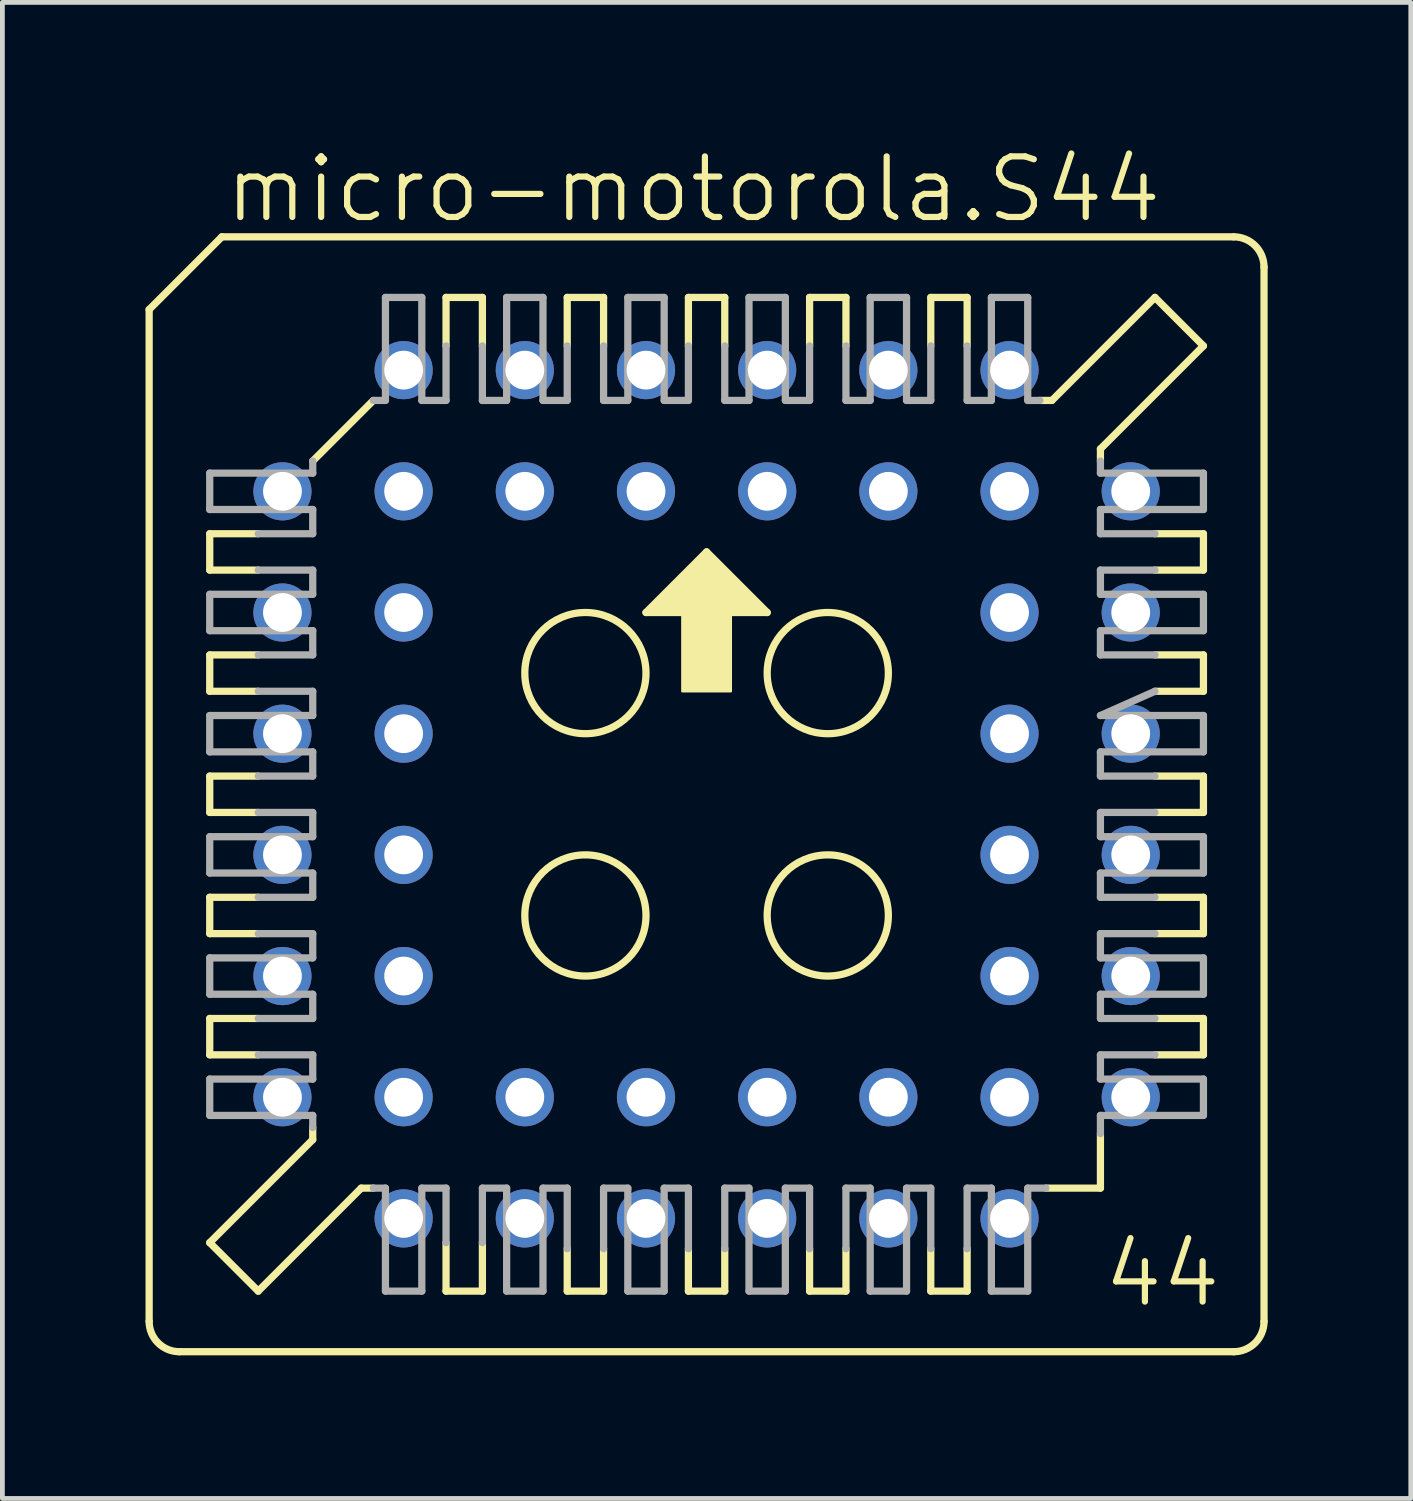
<source format=kicad_pcb>
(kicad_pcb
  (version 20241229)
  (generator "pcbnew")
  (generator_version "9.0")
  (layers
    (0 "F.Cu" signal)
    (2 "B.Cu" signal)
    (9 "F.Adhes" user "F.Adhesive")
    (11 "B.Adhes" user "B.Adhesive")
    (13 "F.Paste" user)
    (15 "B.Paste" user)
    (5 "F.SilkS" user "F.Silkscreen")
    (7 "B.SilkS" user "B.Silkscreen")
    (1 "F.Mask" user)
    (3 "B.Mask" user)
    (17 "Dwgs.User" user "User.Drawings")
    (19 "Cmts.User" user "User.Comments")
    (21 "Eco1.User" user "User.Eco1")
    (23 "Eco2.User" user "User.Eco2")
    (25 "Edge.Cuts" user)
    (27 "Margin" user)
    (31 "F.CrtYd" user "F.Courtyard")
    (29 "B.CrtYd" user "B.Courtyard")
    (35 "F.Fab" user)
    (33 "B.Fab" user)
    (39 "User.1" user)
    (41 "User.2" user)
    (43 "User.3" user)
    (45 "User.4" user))
  (footprint "micro-motorola.S44"
    (layer "F.Cu")
    (at 11.76 13.598)
    (property "Reference" "micro-motorola.S44" (at -10.16 -11.938 0) (layer "F.SilkS") (effects (font (size 1.27 1.27) (thickness 0.13)) (justify left bottom)))
    (attr through_hole)
    (fp_line (start -11.684 -10.16) (end -11.684 11.049) (stroke (width 0.152) (type default)) (layer "F.SilkS"))
    (fp_line (start -10.414 -5.461) (end -10.414 -4.699) (stroke (width 0.152) (type default)) (layer "F.SilkS"))
    (fp_line (start -10.414 -5.461) (end -9.398 -5.461) (stroke (width 0.152) (type default)) (layer "F.SilkS"))
    (fp_line (start -10.414 -2.921) (end -10.414 -2.159) (stroke (width 0.152) (type default)) (layer "F.SilkS"))
    (fp_line (start -10.414 -2.921) (end -9.398 -2.921) (stroke (width 0.152) (type default)) (layer "F.SilkS"))
    (fp_line (start -10.414 0.381) (end -10.414 -0.381) (stroke (width 0.152) (type default)) (layer "F.SilkS"))
    (fp_line (start -10.414 0.381) (end -9.398 0.381) (stroke (width 0.152) (type default)) (layer "F.SilkS"))
    (fp_line (start -10.414 2.921) (end -10.414 2.159) (stroke (width 0.152) (type default)) (layer "F.SilkS"))
    (fp_line (start -10.414 2.921) (end -9.398 2.921) (stroke (width 0.152) (type default)) (layer "F.SilkS"))
    (fp_line (start -10.414 5.461) (end -10.414 4.699) (stroke (width 0.152) (type default)) (layer "F.SilkS"))
    (fp_line (start -10.414 5.461) (end -9.398 5.461) (stroke (width 0.152) (type default)) (layer "F.SilkS"))
    (fp_line (start -10.414 9.398) (end -8.255 7.239) (stroke (width 0.152) (type default)) (layer "F.SilkS"))
    (fp_line (start -10.16 -11.684) (end -11.684 -10.16) (stroke (width 0.152) (type default)) (layer "F.SilkS"))
    (fp_line (start -9.398 -4.699) (end -10.414 -4.699) (stroke (width 0.152) (type default)) (layer "F.SilkS"))
    (fp_line (start -9.398 -2.159) (end -10.414 -2.159) (stroke (width 0.152) (type default)) (layer "F.SilkS"))
    (fp_line (start -9.398 -0.381) (end -10.414 -0.381) (stroke (width 0.152) (type default)) (layer "F.SilkS"))
    (fp_line (start -9.398 2.159) (end -10.414 2.159) (stroke (width 0.152) (type default)) (layer "F.SilkS"))
    (fp_line (start -9.398 4.699) (end -10.414 4.699) (stroke (width 0.152) (type default)) (layer "F.SilkS"))
    (fp_line (start -9.398 10.414) (end -10.414 9.398) (stroke (width 0.152) (type default)) (layer "F.SilkS"))
    (fp_line (start -9.398 10.414) (end -7.239 8.255) (stroke (width 0.152) (type default)) (layer "F.SilkS"))
    (fp_line (start -8.255 -6.985) (end -6.985 -8.255) (stroke (width 0.152) (type default)) (layer "F.SilkS"))
    (fp_line (start -8.255 7.239) (end -8.255 6.985) (stroke (width 0.152) (type default)) (layer "F.SilkS"))
    (fp_line (start -7.239 8.255) (end -6.985 8.255) (stroke (width 0.152) (type default)) (layer "F.SilkS"))
    (fp_line (start -5.461 -9.398) (end -5.461 -10.414) (stroke (width 0.152) (type default)) (layer "F.SilkS"))
    (fp_line (start -5.461 9.398) (end -5.461 10.414) (stroke (width 0.152) (type default)) (layer "F.SilkS"))
    (fp_line (start -5.461 10.414) (end -4.699 10.414) (stroke (width 0.152) (type default)) (layer "F.SilkS"))
    (fp_line (start -4.699 -10.414) (end -5.461 -10.414) (stroke (width 0.152) (type default)) (layer "F.SilkS"))
    (fp_line (start -4.699 -10.414) (end -4.699 -9.398) (stroke (width 0.152) (type default)) (layer "F.SilkS"))
    (fp_line (start -4.699 10.414) (end -4.699 9.398) (stroke (width 0.152) (type default)) (layer "F.SilkS"))
    (fp_line (start -2.921 -9.398) (end -2.921 -10.414) (stroke (width 0.152) (type default)) (layer "F.SilkS"))
    (fp_line (start -2.921 9.525) (end -2.921 10.414) (stroke (width 0.152) (type default)) (layer "F.SilkS"))
    (fp_line (start -2.921 10.414) (end -2.159 10.414) (stroke (width 0.152) (type default)) (layer "F.SilkS"))
    (fp_line (start -2.159 -10.414) (end -2.921 -10.414) (stroke (width 0.152) (type default)) (layer "F.SilkS"))
    (fp_line (start -2.159 -10.414) (end -2.159 -9.398) (stroke (width 0.152) (type default)) (layer "F.SilkS"))
    (fp_line (start -2.159 10.414) (end -2.159 9.525) (stroke (width 0.152) (type default)) (layer "F.SilkS"))
    (fp_line (start -1.27 -3.81) (end 1.27 -3.81) (stroke (width 0.152) (type default)) (layer "F.SilkS"))
    (fp_line (start -0.381 -9.398) (end -0.381 -10.414) (stroke (width 0.152) (type default)) (layer "F.SilkS"))
    (fp_line (start -0.381 9.525) (end -0.381 10.414) (stroke (width 0.152) (type default)) (layer "F.SilkS"))
    (fp_line (start -0.381 10.414) (end 0.381 10.414) (stroke (width 0.152) (type default)) (layer "F.SilkS"))
    (fp_line (start 0 -5.08) (end -1.27 -3.81) (stroke (width 0.152) (type default)) (layer "F.SilkS"))
    (fp_line (start 0.381 -10.414) (end -0.381 -10.414) (stroke (width 0.152) (type default)) (layer "F.SilkS"))
    (fp_line (start 0.381 -10.414) (end 0.381 -9.398) (stroke (width 0.152) (type default)) (layer "F.SilkS"))
    (fp_line (start 0.381 10.414) (end 0.381 9.525) (stroke (width 0.152) (type default)) (layer "F.SilkS"))
    (fp_line (start 1.27 -3.81) (end 0 -5.08) (stroke (width 0.152) (type default)) (layer "F.SilkS"))
    (fp_line (start 2.159 -9.398) (end 2.159 -10.414) (stroke (width 0.152) (type default)) (layer "F.SilkS"))
    (fp_line (start 2.159 9.525) (end 2.159 10.414) (stroke (width 0.152) (type default)) (layer "F.SilkS"))
    (fp_line (start 2.159 10.414) (end 2.921 10.414) (stroke (width 0.152) (type default)) (layer "F.SilkS"))
    (fp_line (start 2.921 -10.414) (end 2.159 -10.414) (stroke (width 0.152) (type default)) (layer "F.SilkS"))
    (fp_line (start 2.921 -10.414) (end 2.921 -9.398) (stroke (width 0.152) (type default)) (layer "F.SilkS"))
    (fp_line (start 2.921 10.414) (end 2.921 9.525) (stroke (width 0.152) (type default)) (layer "F.SilkS"))
    (fp_line (start 4.699 -9.398) (end 4.699 -10.414) (stroke (width 0.152) (type default)) (layer "F.SilkS"))
    (fp_line (start 4.699 9.525) (end 4.699 10.414) (stroke (width 0.152) (type default)) (layer "F.SilkS"))
    (fp_line (start 4.699 10.414) (end 5.461 10.414) (stroke (width 0.152) (type default)) (layer "F.SilkS"))
    (fp_line (start 5.461 -10.414) (end 4.699 -10.414) (stroke (width 0.152) (type default)) (layer "F.SilkS"))
    (fp_line (start 5.461 -10.414) (end 5.461 -9.398) (stroke (width 0.152) (type default)) (layer "F.SilkS"))
    (fp_line (start 5.461 10.414) (end 5.461 9.525) (stroke (width 0.152) (type default)) (layer "F.SilkS"))
    (fp_line (start 7.112 8.255) (end 8.255 8.255) (stroke (width 0.152) (type default)) (layer "F.SilkS"))
    (fp_line (start 7.239 -8.255) (end 6.985 -8.255) (stroke (width 0.152) (type default)) (layer "F.SilkS"))
    (fp_line (start 8.255 -7.239) (end 8.255 -6.985) (stroke (width 0.152) (type default)) (layer "F.SilkS"))
    (fp_line (start 8.255 8.255) (end 8.255 7.112) (stroke (width 0.152) (type default)) (layer "F.SilkS"))
    (fp_line (start 9.398 -10.414) (end 7.239 -8.255) (stroke (width 0.152) (type default)) (layer "F.SilkS"))
    (fp_line (start 9.398 -4.699) (end 10.414 -4.699) (stroke (width 0.152) (type default)) (layer "F.SilkS"))
    (fp_line (start 9.398 -2.159) (end 10.414 -2.159) (stroke (width 0.152) (type default)) (layer "F.SilkS"))
    (fp_line (start 9.398 0.381) (end 10.414 0.381) (stroke (width 0.152) (type default)) (layer "F.SilkS"))
    (fp_line (start 9.398 2.159) (end 10.414 2.159) (stroke (width 0.152) (type default)) (layer "F.SilkS"))
    (fp_line (start 9.398 4.699) (end 10.414 4.699) (stroke (width 0.152) (type default)) (layer "F.SilkS"))
    (fp_line (start 10.414 -9.398) (end 8.255 -7.239) (stroke (width 0.152) (type default)) (layer "F.SilkS"))
    (fp_line (start 10.414 -9.398) (end 9.398 -10.414) (stroke (width 0.152) (type default)) (layer "F.SilkS"))
    (fp_line (start 10.414 -5.461) (end 9.398 -5.461) (stroke (width 0.152) (type default)) (layer "F.SilkS"))
    (fp_line (start 10.414 -5.461) (end 10.414 -4.699) (stroke (width 0.152) (type default)) (layer "F.SilkS"))
    (fp_line (start 10.414 -2.921) (end 9.398 -2.921) (stroke (width 0.152) (type default)) (layer "F.SilkS"))
    (fp_line (start 10.414 -2.921) (end 10.414 -2.159) (stroke (width 0.152) (type default)) (layer "F.SilkS"))
    (fp_line (start 10.414 -0.381) (end 9.398 -0.381) (stroke (width 0.152) (type default)) (layer "F.SilkS"))
    (fp_line (start 10.414 -0.381) (end 10.414 0.381) (stroke (width 0.152) (type default)) (layer "F.SilkS"))
    (fp_line (start 10.414 2.921) (end 9.398 2.921) (stroke (width 0.152) (type default)) (layer "F.SilkS"))
    (fp_line (start 10.414 2.921) (end 10.414 2.159) (stroke (width 0.152) (type default)) (layer "F.SilkS"))
    (fp_line (start 10.414 5.461) (end 9.398 5.461) (stroke (width 0.152) (type default)) (layer "F.SilkS"))
    (fp_line (start 10.414 5.461) (end 10.414 4.699) (stroke (width 0.152) (type default)) (layer "F.SilkS"))
    (fp_line (start 11.049 -11.684) (end -10.16 -11.684) (stroke (width 0.152) (type default)) (layer "F.SilkS"))
    (fp_line (start 11.049 11.684) (end -11.049 11.684) (stroke (width 0.152) (type default)) (layer "F.SilkS"))
    (fp_line (start 11.684 -11.049) (end 11.684 11.049) (stroke (width 0.152) (type default)) (layer "F.SilkS"))
    (fp_rect (start -1.143 -3.81) (end -0.889 -3.937) (stroke (width 0.05) (type default)) (fill yes) (layer "F.SilkS"))
    (fp_rect (start -1.016 -3.937) (end -0.889 -4.064) (stroke (width 0.05) (type default)) (fill yes) (layer "F.SilkS"))
    (fp_rect (start -0.889 -3.81) (end 0.889 -4.191) (stroke (width 0.05) (type default)) (fill yes) (layer "F.SilkS"))
    (fp_rect (start -0.762 -4.191) (end -0.635 -4.318) (stroke (width 0.05) (type default)) (fill yes) (layer "F.SilkS"))
    (fp_rect (start -0.635 -4.191) (end 0.635 -4.445) (stroke (width 0.05) (type default)) (fill yes) (layer "F.SilkS"))
    (fp_rect (start -0.508 -4.445) (end -0.381 -4.572) (stroke (width 0.05) (type default)) (fill yes) (layer "F.SilkS"))
    (fp_rect (start -0.508 -2.159) (end 0.508 -4.064) (stroke (width 0.05) (type default)) (fill yes) (layer "F.SilkS"))
    (fp_rect (start -0.381 -4.445) (end 0.381 -4.699) (stroke (width 0.05) (type default)) (fill yes) (layer "F.SilkS"))
    (fp_rect (start -0.254 -4.699) (end -0.127 -4.826) (stroke (width 0.05) (type default)) (fill yes) (layer "F.SilkS"))
    (fp_rect (start -0.127 -4.699) (end 0.127 -4.953) (stroke (width 0.05) (type default)) (fill yes) (layer "F.SilkS"))
    (fp_rect (start 0.127 -4.699) (end 0.254 -4.826) (stroke (width 0.05) (type default)) (fill yes) (layer "F.SilkS"))
    (fp_rect (start 0.381 -4.445) (end 0.508 -4.572) (stroke (width 0.05) (type default)) (fill yes) (layer "F.SilkS"))
    (fp_rect (start 0.635 -4.191) (end 0.762 -4.318) (stroke (width 0.05) (type default)) (fill yes) (layer "F.SilkS"))
    (fp_rect (start 0.889 -3.937) (end 1.016 -4.064) (stroke (width 0.05) (type default)) (fill yes) (layer "F.SilkS"))
    (fp_rect (start 0.889 -3.81) (end 1.143 -3.937) (stroke (width 0.05) (type default)) (fill yes) (layer "F.SilkS"))
    (fp_arc (start -11.049 11.684) (mid -11.498013 11.498013) (end -11.684 11.049) (stroke (width 0.1524) (type default)) (layer "F.SilkS"))
    (fp_arc (start 11.049 -11.684) (mid 11.498013 -11.498013) (end 11.684 -11.049) (stroke (width 0.1524) (type default)) (layer "F.SilkS"))
    (fp_arc (start 11.684 11.049) (mid 11.498013 11.498013) (end 11.049 11.684) (stroke (width 0.1524) (type default)) (layer "F.SilkS"))
    (fp_circle (center -2.54 -2.54) (end -1.27 -2.54) (stroke (width 0.152) (type default)) (fill no) (layer "F.SilkS"))
    (fp_circle (center -2.54 2.54) (end -1.27 2.54) (stroke (width 0.152) (type default)) (fill no) (layer "F.SilkS"))
    (fp_circle (center 2.54 -2.54) (end 3.81 -2.54) (stroke (width 0.152) (type default)) (fill no) (layer "F.SilkS"))
    (fp_circle (center 2.54 2.54) (end 3.81 2.54) (stroke (width 0.152) (type default)) (fill no) (layer "F.SilkS"))
    (fp_line (start -10.414 -6.731) (end -10.414 -5.969) (stroke (width 0.152) (type default)) (layer "F.Fab"))
    (fp_line (start -10.414 -6.731) (end -8.255 -6.731) (stroke (width 0.152) (type default)) (layer "F.Fab"))
    (fp_line (start -10.414 -4.191) (end -10.414 -3.429) (stroke (width 0.152) (type default)) (layer "F.Fab"))
    (fp_line (start -10.414 -4.191) (end -8.255 -4.191) (stroke (width 0.152) (type default)) (layer "F.Fab"))
    (fp_line (start -10.414 -0.889) (end -10.414 -1.651) (stroke (width 0.152) (type default)) (layer "F.Fab"))
    (fp_line (start -10.414 -0.889) (end -8.255 -0.889) (stroke (width 0.152) (type default)) (layer "F.Fab"))
    (fp_line (start -10.414 1.651) (end -10.414 0.889) (stroke (width 0.152) (type default)) (layer "F.Fab"))
    (fp_line (start -10.414 1.651) (end -8.255 1.651) (stroke (width 0.152) (type default)) (layer "F.Fab"))
    (fp_line (start -10.414 4.191) (end -10.414 3.429) (stroke (width 0.152) (type default)) (layer "F.Fab"))
    (fp_line (start -10.414 4.191) (end -8.255 4.191) (stroke (width 0.152) (type default)) (layer "F.Fab"))
    (fp_line (start -10.414 6.731) (end -10.414 5.969) (stroke (width 0.152) (type default)) (layer "F.Fab"))
    (fp_line (start -10.414 6.731) (end -8.255 6.731) (stroke (width 0.152) (type default)) (layer "F.Fab"))
    (fp_line (start -9.398 -4.699) (end -8.255 -4.699) (stroke (width 0.152) (type default)) (layer "F.Fab"))
    (fp_line (start -9.398 -2.159) (end -8.255 -2.159) (stroke (width 0.152) (type default)) (layer "F.Fab"))
    (fp_line (start -9.398 -0.381) (end -8.255 -0.381) (stroke (width 0.152) (type default)) (layer "F.Fab"))
    (fp_line (start -9.398 2.159) (end -8.255 2.159) (stroke (width 0.152) (type default)) (layer "F.Fab"))
    (fp_line (start -9.398 4.699) (end -8.255 4.699) (stroke (width 0.152) (type default)) (layer "F.Fab"))
    (fp_line (start -8.255 -6.731) (end -8.255 -6.985) (stroke (width 0.152) (type default)) (layer "F.Fab"))
    (fp_line (start -8.255 -5.969) (end -10.414 -5.969) (stroke (width 0.152) (type default)) (layer "F.Fab"))
    (fp_line (start -8.255 -5.969) (end -8.255 -5.461) (stroke (width 0.152) (type default)) (layer "F.Fab"))
    (fp_line (start -8.255 -5.461) (end -9.398 -5.461) (stroke (width 0.152) (type default)) (layer "F.Fab"))
    (fp_line (start -8.255 -4.699) (end -8.255 -4.191) (stroke (width 0.152) (type default)) (layer "F.Fab"))
    (fp_line (start -8.255 -3.429) (end -10.414 -3.429) (stroke (width 0.152) (type default)) (layer "F.Fab"))
    (fp_line (start -8.255 -3.429) (end -8.255 -2.921) (stroke (width 0.152) (type default)) (layer "F.Fab"))
    (fp_line (start -8.255 -2.921) (end -9.398 -2.921) (stroke (width 0.152) (type default)) (layer "F.Fab"))
    (fp_line (start -8.255 -2.159) (end -8.255 -1.651) (stroke (width 0.152) (type default)) (layer "F.Fab"))
    (fp_line (start -8.255 -1.651) (end -10.414 -1.651) (stroke (width 0.152) (type default)) (layer "F.Fab"))
    (fp_line (start -8.255 -0.381) (end -8.255 -0.889) (stroke (width 0.152) (type default)) (layer "F.Fab"))
    (fp_line (start -8.255 0.381) (end -9.398 0.381) (stroke (width 0.152) (type default)) (layer "F.Fab"))
    (fp_line (start -8.255 0.889) (end -10.414 0.889) (stroke (width 0.152) (type default)) (layer "F.Fab"))
    (fp_line (start -8.255 0.889) (end -8.255 0.381) (stroke (width 0.152) (type default)) (layer "F.Fab"))
    (fp_line (start -8.255 2.159) (end -8.255 1.651) (stroke (width 0.152) (type default)) (layer "F.Fab"))
    (fp_line (start -8.255 2.921) (end -9.398 2.921) (stroke (width 0.152) (type default)) (layer "F.Fab"))
    (fp_line (start -8.255 3.429) (end -10.414 3.429) (stroke (width 0.152) (type default)) (layer "F.Fab"))
    (fp_line (start -8.255 3.429) (end -8.255 2.921) (stroke (width 0.152) (type default)) (layer "F.Fab"))
    (fp_line (start -8.255 4.699) (end -8.255 4.191) (stroke (width 0.152) (type default)) (layer "F.Fab"))
    (fp_line (start -8.255 5.461) (end -9.398 5.461) (stroke (width 0.152) (type default)) (layer "F.Fab"))
    (fp_line (start -8.255 5.969) (end -10.414 5.969) (stroke (width 0.152) (type default)) (layer "F.Fab"))
    (fp_line (start -8.255 5.969) (end -8.255 5.461) (stroke (width 0.152) (type default)) (layer "F.Fab"))
    (fp_line (start -8.255 6.985) (end -8.255 6.731) (stroke (width 0.152) (type default)) (layer "F.Fab"))
    (fp_line (start -6.985 -8.255) (end -6.731 -8.255) (stroke (width 0.152) (type default)) (layer "F.Fab"))
    (fp_line (start -6.731 -8.255) (end -6.731 -10.414) (stroke (width 0.152) (type default)) (layer "F.Fab"))
    (fp_line (start -6.731 8.255) (end -6.985 8.255) (stroke (width 0.152) (type default)) (layer "F.Fab"))
    (fp_line (start -6.731 10.414) (end -6.731 8.255) (stroke (width 0.152) (type default)) (layer "F.Fab"))
    (fp_line (start -6.731 10.414) (end -5.969 10.414) (stroke (width 0.152) (type default)) (layer "F.Fab"))
    (fp_line (start -5.969 -10.414) (end -6.731 -10.414) (stroke (width 0.152) (type default)) (layer "F.Fab"))
    (fp_line (start -5.969 -10.414) (end -5.969 -8.255) (stroke (width 0.152) (type default)) (layer "F.Fab"))
    (fp_line (start -5.969 8.255) (end -5.969 10.414) (stroke (width 0.152) (type default)) (layer "F.Fab"))
    (fp_line (start -5.461 -9.398) (end -5.461 -8.255) (stroke (width 0.152) (type default)) (layer "F.Fab"))
    (fp_line (start -5.461 -8.255) (end -5.969 -8.255) (stroke (width 0.152) (type default)) (layer "F.Fab"))
    (fp_line (start -5.461 8.255) (end -5.969 8.255) (stroke (width 0.152) (type default)) (layer "F.Fab"))
    (fp_line (start -5.461 9.398) (end -5.461 8.255) (stroke (width 0.152) (type default)) (layer "F.Fab"))
    (fp_line (start -4.699 -8.255) (end -4.699 -9.398) (stroke (width 0.152) (type default)) (layer "F.Fab"))
    (fp_line (start -4.699 8.255) (end -4.699 9.398) (stroke (width 0.152) (type default)) (layer "F.Fab"))
    (fp_line (start -4.699 8.255) (end -4.191 8.255) (stroke (width 0.152) (type default)) (layer "F.Fab"))
    (fp_line (start -4.191 -8.255) (end -4.699 -8.255) (stroke (width 0.152) (type default)) (layer "F.Fab"))
    (fp_line (start -4.191 -8.255) (end -4.191 -10.414) (stroke (width 0.152) (type default)) (layer "F.Fab"))
    (fp_line (start -4.191 10.414) (end -4.191 8.255) (stroke (width 0.152) (type default)) (layer "F.Fab"))
    (fp_line (start -4.191 10.414) (end -3.429 10.414) (stroke (width 0.152) (type default)) (layer "F.Fab"))
    (fp_line (start -3.429 -10.414) (end -4.191 -10.414) (stroke (width 0.152) (type default)) (layer "F.Fab"))
    (fp_line (start -3.429 -10.414) (end -3.429 -8.255) (stroke (width 0.152) (type default)) (layer "F.Fab"))
    (fp_line (start -3.429 8.255) (end -3.429 10.414) (stroke (width 0.152) (type default)) (layer "F.Fab"))
    (fp_line (start -3.429 8.255) (end -2.921 8.255) (stroke (width 0.152) (type default)) (layer "F.Fab"))
    (fp_line (start -2.921 -9.398) (end -2.921 -8.255) (stroke (width 0.152) (type default)) (layer "F.Fab"))
    (fp_line (start -2.921 -8.255) (end -3.429 -8.255) (stroke (width 0.152) (type default)) (layer "F.Fab"))
    (fp_line (start -2.921 9.525) (end -2.921 8.255) (stroke (width 0.152) (type default)) (layer "F.Fab"))
    (fp_line (start -2.159 -8.255) (end -2.159 -9.398) (stroke (width 0.152) (type default)) (layer "F.Fab"))
    (fp_line (start -2.159 8.255) (end -2.159 9.525) (stroke (width 0.152) (type default)) (layer "F.Fab"))
    (fp_line (start -2.159 8.255) (end -1.651 8.255) (stroke (width 0.152) (type default)) (layer "F.Fab"))
    (fp_line (start -1.651 -8.255) (end -2.159 -8.255) (stroke (width 0.152) (type default)) (layer "F.Fab"))
    (fp_line (start -1.651 -8.255) (end -1.651 -10.414) (stroke (width 0.152) (type default)) (layer "F.Fab"))
    (fp_line (start -1.651 10.414) (end -1.651 8.255) (stroke (width 0.152) (type default)) (layer "F.Fab"))
    (fp_line (start -1.651 10.414) (end -0.889 10.414) (stroke (width 0.152) (type default)) (layer "F.Fab"))
    (fp_line (start -0.889 -10.414) (end -1.651 -10.414) (stroke (width 0.152) (type default)) (layer "F.Fab"))
    (fp_line (start -0.889 -10.414) (end -0.889 -8.255) (stroke (width 0.152) (type default)) (layer "F.Fab"))
    (fp_line (start -0.889 8.255) (end -0.889 10.414) (stroke (width 0.152) (type default)) (layer "F.Fab"))
    (fp_line (start -0.889 8.255) (end -0.381 8.255) (stroke (width 0.152) (type default)) (layer "F.Fab"))
    (fp_line (start -0.381 -9.398) (end -0.381 -8.255) (stroke (width 0.152) (type default)) (layer "F.Fab"))
    (fp_line (start -0.381 -8.255) (end -0.889 -8.255) (stroke (width 0.152) (type default)) (layer "F.Fab"))
    (fp_line (start -0.381 9.525) (end -0.381 8.255) (stroke (width 0.152) (type default)) (layer "F.Fab"))
    (fp_line (start 0.381 -8.255) (end 0.381 -9.398) (stroke (width 0.152) (type default)) (layer "F.Fab"))
    (fp_line (start 0.381 8.255) (end 0.381 9.525) (stroke (width 0.152) (type default)) (layer "F.Fab"))
    (fp_line (start 0.381 8.255) (end 0.889 8.255) (stroke (width 0.152) (type default)) (layer "F.Fab"))
    (fp_line (start 0.889 -8.255) (end 0.381 -8.255) (stroke (width 0.152) (type default)) (layer "F.Fab"))
    (fp_line (start 0.889 -8.255) (end 0.889 -10.414) (stroke (width 0.152) (type default)) (layer "F.Fab"))
    (fp_line (start 0.889 10.414) (end 0.889 8.255) (stroke (width 0.152) (type default)) (layer "F.Fab"))
    (fp_line (start 0.889 10.414) (end 1.651 10.414) (stroke (width 0.152) (type default)) (layer "F.Fab"))
    (fp_line (start 1.651 -10.414) (end 0.889 -10.414) (stroke (width 0.152) (type default)) (layer "F.Fab"))
    (fp_line (start 1.651 -10.414) (end 1.651 -8.255) (stroke (width 0.152) (type default)) (layer "F.Fab"))
    (fp_line (start 1.651 8.255) (end 1.651 10.414) (stroke (width 0.152) (type default)) (layer "F.Fab"))
    (fp_line (start 1.651 8.255) (end 2.159 8.255) (stroke (width 0.152) (type default)) (layer "F.Fab"))
    (fp_line (start 2.159 -9.398) (end 2.159 -8.255) (stroke (width 0.152) (type default)) (layer "F.Fab"))
    (fp_line (start 2.159 -8.255) (end 1.651 -8.255) (stroke (width 0.152) (type default)) (layer "F.Fab"))
    (fp_line (start 2.159 9.525) (end 2.159 8.255) (stroke (width 0.152) (type default)) (layer "F.Fab"))
    (fp_line (start 2.921 -8.255) (end 2.921 -9.398) (stroke (width 0.152) (type default)) (layer "F.Fab"))
    (fp_line (start 2.921 8.255) (end 2.921 9.525) (stroke (width 0.152) (type default)) (layer "F.Fab"))
    (fp_line (start 2.921 8.255) (end 3.429 8.255) (stroke (width 0.152) (type default)) (layer "F.Fab"))
    (fp_line (start 3.429 -8.255) (end 2.921 -8.255) (stroke (width 0.152) (type default)) (layer "F.Fab"))
    (fp_line (start 3.429 -8.255) (end 3.429 -10.414) (stroke (width 0.152) (type default)) (layer "F.Fab"))
    (fp_line (start 3.429 10.414) (end 3.429 8.255) (stroke (width 0.152) (type default)) (layer "F.Fab"))
    (fp_line (start 3.429 10.414) (end 4.191 10.414) (stroke (width 0.152) (type default)) (layer "F.Fab"))
    (fp_line (start 4.191 -10.414) (end 3.429 -10.414) (stroke (width 0.152) (type default)) (layer "F.Fab"))
    (fp_line (start 4.191 -10.414) (end 4.191 -8.255) (stroke (width 0.152) (type default)) (layer "F.Fab"))
    (fp_line (start 4.191 8.255) (end 4.191 10.414) (stroke (width 0.152) (type default)) (layer "F.Fab"))
    (fp_line (start 4.191 8.255) (end 4.699 8.255) (stroke (width 0.152) (type default)) (layer "F.Fab"))
    (fp_line (start 4.699 -9.398) (end 4.699 -8.255) (stroke (width 0.152) (type default)) (layer "F.Fab"))
    (fp_line (start 4.699 -8.255) (end 4.191 -8.255) (stroke (width 0.152) (type default)) (layer "F.Fab"))
    (fp_line (start 4.699 9.525) (end 4.699 8.255) (stroke (width 0.152) (type default)) (layer "F.Fab"))
    (fp_line (start 5.461 -8.255) (end 5.461 -9.398) (stroke (width 0.152) (type default)) (layer "F.Fab"))
    (fp_line (start 5.461 8.255) (end 5.461 9.525) (stroke (width 0.152) (type default)) (layer "F.Fab"))
    (fp_line (start 5.461 8.255) (end 5.969 8.255) (stroke (width 0.152) (type default)) (layer "F.Fab"))
    (fp_line (start 5.969 -8.255) (end 5.461 -8.255) (stroke (width 0.152) (type default)) (layer "F.Fab"))
    (fp_line (start 5.969 -8.255) (end 5.969 -10.414) (stroke (width 0.152) (type default)) (layer "F.Fab"))
    (fp_line (start 5.969 10.414) (end 5.969 8.255) (stroke (width 0.152) (type default)) (layer "F.Fab"))
    (fp_line (start 5.969 10.414) (end 6.731 10.414) (stroke (width 0.152) (type default)) (layer "F.Fab"))
    (fp_line (start 6.731 -10.414) (end 5.969 -10.414) (stroke (width 0.152) (type default)) (layer "F.Fab"))
    (fp_line (start 6.731 -10.414) (end 6.731 -8.255) (stroke (width 0.152) (type default)) (layer "F.Fab"))
    (fp_line (start 6.731 -8.255) (end 6.985 -8.255) (stroke (width 0.152) (type default)) (layer "F.Fab"))
    (fp_line (start 6.731 8.255) (end 6.731 10.414) (stroke (width 0.152) (type default)) (layer "F.Fab"))
    (fp_line (start 7.112 8.255) (end 6.731 8.255) (stroke (width 0.152) (type default)) (layer "F.Fab"))
    (fp_line (start 8.255 -6.731) (end 8.255 -6.985) (stroke (width 0.152) (type default)) (layer "F.Fab"))
    (fp_line (start 8.255 -5.969) (end 8.255 -5.461) (stroke (width 0.152) (type default)) (layer "F.Fab"))
    (fp_line (start 8.255 -5.969) (end 10.414 -5.969) (stroke (width 0.152) (type default)) (layer "F.Fab"))
    (fp_line (start 8.255 -5.461) (end 9.398 -5.461) (stroke (width 0.152) (type default)) (layer "F.Fab"))
    (fp_line (start 8.255 -4.699) (end 8.255 -4.191) (stroke (width 0.152) (type default)) (layer "F.Fab"))
    (fp_line (start 8.255 -3.429) (end 8.255 -2.921) (stroke (width 0.152) (type default)) (layer "F.Fab"))
    (fp_line (start 8.255 -3.429) (end 10.414 -3.429) (stroke (width 0.152) (type default)) (layer "F.Fab"))
    (fp_line (start 8.255 -2.921) (end 9.398 -2.921) (stroke (width 0.152) (type default)) (layer "F.Fab"))
    (fp_line (start 8.255 -0.889) (end 8.255 -0.381) (stroke (width 0.152) (type default)) (layer "F.Fab"))
    (fp_line (start 8.255 -0.889) (end 10.414 -0.889) (stroke (width 0.152) (type default)) (layer "F.Fab"))
    (fp_line (start 8.255 -0.381) (end 9.398 -0.381) (stroke (width 0.152) (type default)) (layer "F.Fab"))
    (fp_line (start 8.255 0.381) (end 8.255 0.889) (stroke (width 0.152) (type default)) (layer "F.Fab"))
    (fp_line (start 8.255 1.651) (end 8.255 2.159) (stroke (width 0.152) (type default)) (layer "F.Fab"))
    (fp_line (start 8.255 1.651) (end 10.414 1.651) (stroke (width 0.152) (type default)) (layer "F.Fab"))
    (fp_line (start 8.255 2.159) (end 9.398 2.159) (stroke (width 0.152) (type default)) (layer "F.Fab"))
    (fp_line (start 8.255 2.921) (end 9.398 2.921) (stroke (width 0.152) (type default)) (layer "F.Fab"))
    (fp_line (start 8.255 3.429) (end 8.255 2.921) (stroke (width 0.152) (type default)) (layer "F.Fab"))
    (fp_line (start 8.255 3.429) (end 10.414 3.429) (stroke (width 0.152) (type default)) (layer "F.Fab"))
    (fp_line (start 8.255 4.699) (end 8.255 4.191) (stroke (width 0.152) (type default)) (layer "F.Fab"))
    (fp_line (start 8.255 5.461) (end 9.398 5.461) (stroke (width 0.152) (type default)) (layer "F.Fab"))
    (fp_line (start 8.255 5.969) (end 8.255 5.461) (stroke (width 0.152) (type default)) (layer "F.Fab"))
    (fp_line (start 8.255 5.969) (end 10.414 5.969) (stroke (width 0.152) (type default)) (layer "F.Fab"))
    (fp_line (start 8.255 6.731) (end 8.255 7.112) (stroke (width 0.152) (type default)) (layer "F.Fab"))
    (fp_line (start 9.398 -4.699) (end 8.255 -4.699) (stroke (width 0.152) (type default)) (layer "F.Fab"))
    (fp_line (start 9.398 -2.159) (end 8.255 -1.651) (stroke (width 0.152) (type default)) (layer "F.Fab"))
    (fp_line (start 9.398 0.381) (end 8.255 0.381) (stroke (width 0.152) (type default)) (layer "F.Fab"))
    (fp_line (start 9.398 4.699) (end 8.255 4.699) (stroke (width 0.152) (type default)) (layer "F.Fab"))
    (fp_line (start 10.414 -6.731) (end 8.255 -6.731) (stroke (width 0.152) (type default)) (layer "F.Fab"))
    (fp_line (start 10.414 -6.731) (end 10.414 -5.969) (stroke (width 0.152) (type default)) (layer "F.Fab"))
    (fp_line (start 10.414 -4.191) (end 8.255 -4.191) (stroke (width 0.152) (type default)) (layer "F.Fab"))
    (fp_line (start 10.414 -4.191) (end 10.414 -3.429) (stroke (width 0.152) (type default)) (layer "F.Fab"))
    (fp_line (start 10.414 -1.651) (end 8.255 -1.651) (stroke (width 0.152) (type default)) (layer "F.Fab"))
    (fp_line (start 10.414 -1.651) (end 10.414 -0.889) (stroke (width 0.152) (type default)) (layer "F.Fab"))
    (fp_line (start 10.414 0.889) (end 8.255 0.889) (stroke (width 0.152) (type default)) (layer "F.Fab"))
    (fp_line (start 10.414 0.889) (end 10.414 1.651) (stroke (width 0.152) (type default)) (layer "F.Fab"))
    (fp_line (start 10.414 4.191) (end 8.255 4.191) (stroke (width 0.152) (type default)) (layer "F.Fab"))
    (fp_line (start 10.414 4.191) (end 10.414 3.429) (stroke (width 0.152) (type default)) (layer "F.Fab"))
    (fp_line (start 10.414 6.731) (end 8.255 6.731) (stroke (width 0.152) (type default)) (layer "F.Fab"))
    (fp_line (start 10.414 6.731) (end 10.414 5.969) (stroke (width 0.152) (type default)) (layer "F.Fab"))
    (fp_text user "44" (at 8.255 10.795 0) (layer "F.SilkS") (effects (font (size 1.27 1.27) (thickness 0.13)) (justify left bottom)))
    (pad "1" thru_hole circle (at 1.27 -6.35) (size 1.219 1.219) (drill 0.813) (layers "*.Cu" "*.Mask"))
    (pad "2" thru_hole circle (at -1.27 -8.89) (size 1.219 1.219) (drill 0.813) (layers "*.Cu" "*.Mask"))
    (pad "3" thru_hole circle (at -1.27 -6.35) (size 1.219 1.219) (drill 0.813) (layers "*.Cu" "*.Mask"))
    (pad "4" thru_hole circle (at -3.81 -8.89) (size 1.219 1.219) (drill 0.813) (layers "*.Cu" "*.Mask"))
    (pad "5" thru_hole circle (at -3.81 -6.35) (size 1.219 1.219) (drill 0.813) (layers "*.Cu" "*.Mask"))
    (pad "6" thru_hole circle (at -6.35 -8.89) (size 1.219 1.219) (drill 0.813) (layers "*.Cu" "*.Mask"))
    (pad "7" thru_hole circle (at -8.89 -6.35) (size 1.219 1.219) (drill 0.813) (layers "*.Cu" "*.Mask"))
    (pad "8" thru_hole circle (at -6.35 -6.35) (size 1.219 1.219) (drill 0.813) (layers "*.Cu" "*.Mask"))
    (pad "9" thru_hole circle (at -8.89 -3.81) (size 1.219 1.219) (drill 0.813) (layers "*.Cu" "*.Mask"))
    (pad "10" thru_hole circle (at -6.35 -3.81) (size 1.219 1.219) (drill 0.813) (layers "*.Cu" "*.Mask"))
    (pad "11" thru_hole circle (at -8.89 -1.27) (size 1.219 1.219) (drill 0.813) (layers "*.Cu" "*.Mask"))
    (pad "12" thru_hole circle (at -6.35 -1.27) (size 1.219 1.219) (drill 0.813) (layers "*.Cu" "*.Mask"))
    (pad "13" thru_hole circle (at -8.89 1.27) (size 1.219 1.219) (drill 0.813) (layers "*.Cu" "*.Mask"))
    (pad "14" thru_hole circle (at -6.35 1.27) (size 1.219 1.219) (drill 0.813) (layers "*.Cu" "*.Mask"))
    (pad "15" thru_hole circle (at -8.89 3.81) (size 1.219 1.219) (drill 0.813) (layers "*.Cu" "*.Mask"))
    (pad "16" thru_hole circle (at -6.35 3.81) (size 1.219 1.219) (drill 0.813) (layers "*.Cu" "*.Mask"))
    (pad "17" thru_hole circle (at -8.89 6.35) (size 1.219 1.219) (drill 0.813) (layers "*.Cu" "*.Mask"))
    (pad "18" thru_hole circle (at -6.35 8.89) (size 1.219 1.219) (drill 0.813) (layers "*.Cu" "*.Mask"))
    (pad "19" thru_hole circle (at -6.35 6.35) (size 1.219 1.219) (drill 0.813) (layers "*.Cu" "*.Mask"))
    (pad "20" thru_hole circle (at -3.81 8.89) (size 1.219 1.219) (drill 0.813) (layers "*.Cu" "*.Mask"))
    (pad "21" thru_hole circle (at -3.81 6.35) (size 1.219 1.219) (drill 0.813) (layers "*.Cu" "*.Mask"))
    (pad "22" thru_hole circle (at -1.27 8.89) (size 1.219 1.219) (drill 0.813) (layers "*.Cu" "*.Mask"))
    (pad "23" thru_hole circle (at -1.27 6.35) (size 1.219 1.219) (drill 0.813) (layers "*.Cu" "*.Mask"))
    (pad "24" thru_hole circle (at 1.27 8.89) (size 1.219 1.219) (drill 0.813) (layers "*.Cu" "*.Mask"))
    (pad "25" thru_hole circle (at 1.27 6.35) (size 1.219 1.219) (drill 0.813) (layers "*.Cu" "*.Mask"))
    (pad "26" thru_hole circle (at 3.81 8.89) (size 1.219 1.219) (drill 0.813) (layers "*.Cu" "*.Mask"))
    (pad "27" thru_hole circle (at 3.81 6.35) (size 1.219 1.219) (drill 0.813) (layers "*.Cu" "*.Mask"))
    (pad "28" thru_hole circle (at 6.35 8.89) (size 1.219 1.219) (drill 0.813) (layers "*.Cu" "*.Mask"))
    (pad "29" thru_hole circle (at 8.89 6.35) (size 1.219 1.219) (drill 0.813) (layers "*.Cu" "*.Mask"))
    (pad "30" thru_hole circle (at 6.35 6.35) (size 1.219 1.219) (drill 0.813) (layers "*.Cu" "*.Mask"))
    (pad "31" thru_hole circle (at 8.89 3.81) (size 1.219 1.219) (drill 0.813) (layers "*.Cu" "*.Mask"))
    (pad "32" thru_hole circle (at 6.35 3.81) (size 1.219 1.219) (drill 0.813) (layers "*.Cu" "*.Mask"))
    (pad "33" thru_hole circle (at 8.89 1.27) (size 1.219 1.219) (drill 0.813) (layers "*.Cu" "*.Mask"))
    (pad "34" thru_hole circle (at 6.35 1.27) (size 1.219 1.219) (drill 0.813) (layers "*.Cu" "*.Mask"))
    (pad "35" thru_hole circle (at 8.89 -1.27) (size 1.219 1.219) (drill 0.813) (layers "*.Cu" "*.Mask"))
    (pad "36" thru_hole circle (at 6.35 -1.27) (size 1.219 1.219) (drill 0.813) (layers "*.Cu" "*.Mask"))
    (pad "37" thru_hole circle (at 8.89 -3.81) (size 1.219 1.219) (drill 0.813) (layers "*.Cu" "*.Mask"))
    (pad "38" thru_hole circle (at 6.35 -3.81) (size 1.219 1.219) (drill 0.813) (layers "*.Cu" "*.Mask"))
    (pad "39" thru_hole circle (at 8.89 -6.35) (size 1.219 1.219) (drill 0.813) (layers "*.Cu" "*.Mask"))
    (pad "40" thru_hole circle (at 6.35 -8.89) (size 1.219 1.219) (drill 0.813) (layers "*.Cu" "*.Mask"))
    (pad "41" thru_hole circle (at 6.35 -6.35) (size 1.219 1.219) (drill 0.813) (layers "*.Cu" "*.Mask"))
    (pad "42" thru_hole circle (at 3.81 -8.89) (size 1.219 1.219) (drill 0.813) (layers "*.Cu" "*.Mask"))
    (pad "43" thru_hole circle (at 3.81 -6.35) (size 1.219 1.219) (drill 0.813) (layers "*.Cu" "*.Mask"))
    (pad "44" thru_hole circle (at 1.27 -8.89) (size 1.219 1.219) (drill 0.813) (layers "*.Cu" "*.Mask")))
  (gr_rect
    (start -3 -3)
    (end 26.52 28.358)
    (stroke (width 0.1) (type default))
    (fill no)
    (layer "Edge.Cuts")))
</source>
